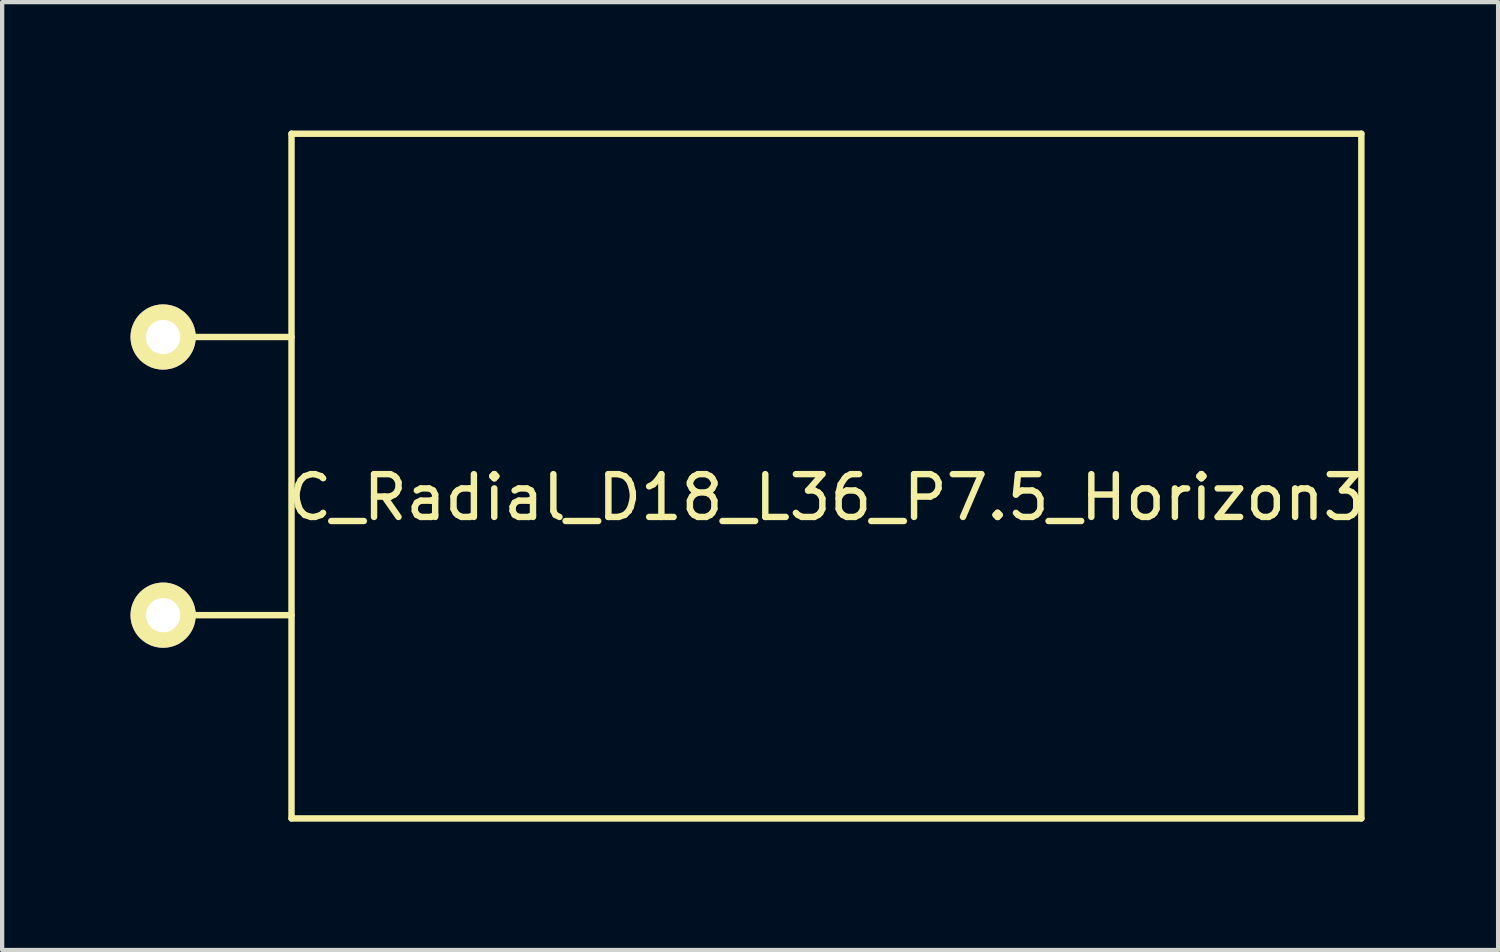
<source format=kicad_pcb>
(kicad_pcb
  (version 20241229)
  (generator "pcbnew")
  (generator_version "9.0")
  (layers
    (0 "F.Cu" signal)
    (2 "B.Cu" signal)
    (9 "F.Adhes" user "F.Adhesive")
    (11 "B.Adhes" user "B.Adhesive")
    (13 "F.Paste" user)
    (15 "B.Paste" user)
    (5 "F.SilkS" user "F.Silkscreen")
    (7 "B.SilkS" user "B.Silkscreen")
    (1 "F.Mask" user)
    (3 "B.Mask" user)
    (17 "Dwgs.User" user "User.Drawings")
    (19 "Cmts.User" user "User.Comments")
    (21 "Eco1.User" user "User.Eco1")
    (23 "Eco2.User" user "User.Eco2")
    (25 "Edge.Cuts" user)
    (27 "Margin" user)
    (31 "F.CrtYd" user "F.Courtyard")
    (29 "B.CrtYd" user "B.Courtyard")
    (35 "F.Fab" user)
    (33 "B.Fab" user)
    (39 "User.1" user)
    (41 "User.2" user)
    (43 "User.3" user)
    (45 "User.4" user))
  (footprint "C_Radial_D18_L36_P7.5_Horizon3"
    (layer "F.Cu")
    (at 16.262 8.075)
    (property "Reference" "C_Radial_D18_L36_P7.5_Horizon3" (at 0 0.5 0) (layer "F.SilkS") (effects (font (size 1 1) (thickness 0.15))))
    (attr through_hole)
    (fp_line (start -12.5 -8) (end 12.5 -8) (stroke (width 0.15) (type solid)) (layer "F.SilkS"))
    (fp_line (start -12.5 -3.25) (end -15.5 -3.25) (stroke (width 0.15) (type solid)) (layer "F.SilkS"))
    (fp_line (start -12.5 3.25) (end -15.5 3.25) (stroke (width 0.15) (type solid)) (layer "F.SilkS"))
    (fp_line (start -12.5 8) (end -12.5 -8) (stroke (width 0.15) (type solid)) (layer "F.SilkS"))
    (fp_line (start 12.5 -8) (end 12.5 8) (stroke (width 0.15) (type solid)) (layer "F.SilkS"))
    (fp_line (start 12.5 8) (end -12.5 8) (stroke (width 0.15) (type solid)) (layer "F.SilkS"))
    (pad "1" thru_hole circle (at -15.5 -3.25) (size 1.524 1.524) (drill 0.8) (layers "*.Cu" "*.Mask" "F.SilkS"))
    (pad "2" thru_hole circle (at -15.5 3.25) (size 1.524 1.524) (drill 0.8) (layers "*.Cu" "*.Mask" "F.SilkS")))
  (gr_rect
    (start -3 -3)
    (end 31.958 19.15)
    (stroke (width 0.1) (type default))
    (fill no)
    (layer "Edge.Cuts")))
</source>
